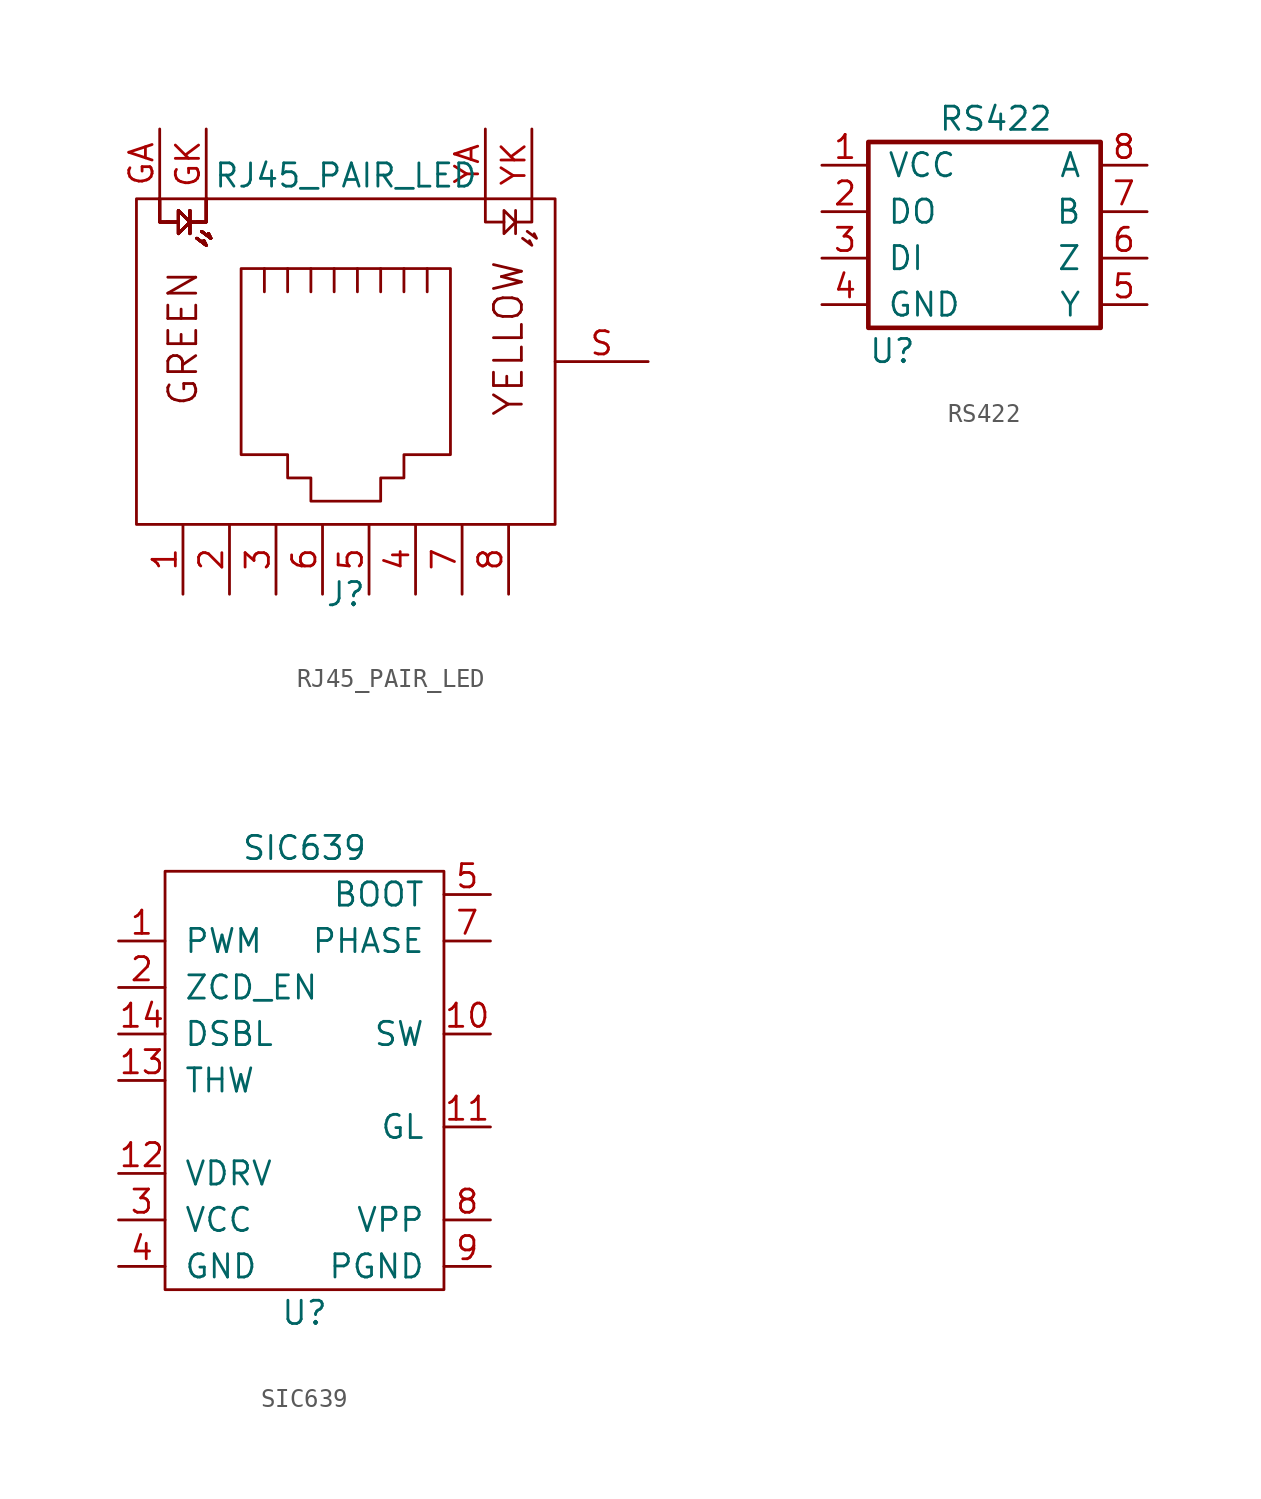
<source format=kicad_sym>
(kicad_symbol_lib
  (version 20211014)
  (generator kicad_symbol_editor)
  (symbol "RJ45_PAIR_LED"
    (pin_names
      (offset 1.016))
    (property "Reference" "J"
      (at 0 -12.7 0)
      (effects (font (size 1.27 1.27))))
    (property "Value" "RJ45_PAIR_LED"
      (at 0 10.16 0)
      (effects (font (size 1.27 1.27))))
    (symbol "RJ45_PAIR_LED_0_0"
      (text "GREEN" (at -8.89 1.27 900) (effects (font (size 1.524 1.524))))
      (text "YELLOW" (at 8.89 1.27 900) (effects (font (size 1.524 1.524)))))
    (symbol "RJ45_PAIR_LED_0_1"
      (rectangle (start -11.43 -8.89) (end 11.43 8.89) (stroke (width 0) (type default) (color 0 0 0 0)) (fill (type none)))
      (polyline (pts (xy 9.271 8.255) (xy 9.271 6.985)) (stroke (width 0) (type default) (color 0 0 0 0)) (fill (type none)))
      (polyline (pts (xy -10.16 8.89) (xy -10.16 7.62) (xy -9.652 7.62)) (stroke (width 0) (type default) (color 0 0 0 0)) (fill (type none)))
      (polyline (pts (xy -10.16 8.89) (xy -10.16 7.62) (xy -9.652 7.62)) (stroke (width 0) (type default) (color 0 0 0 0)) (fill (type none)))
      (polyline (pts (xy -10.16 8.89) (xy -10.16 7.62) (xy -9.652 7.62)) (stroke (width 0) (type default) (color 0 0 0 0)) (fill (type none)))
      (polyline (pts (xy -10.16 8.89) (xy -10.16 7.62) (xy -9.652 7.62)) (stroke (width 0) (type default) (color 0 0 0 0)) (fill (type none)))
      (polyline (pts (xy -10.16 8.89) (xy -10.16 7.62) (xy -9.652 7.62)) (stroke (width 0) (type default) (color 0 0 0 0)) (fill (type none)))
      (polyline (pts (xy -10.16 8.89) (xy -10.16 7.62) (xy -9.652 7.62)) (stroke (width 0) (type default) (color 0 0 0 0)) (fill (type none)))
      (polyline (pts (xy -10.16 8.89) (xy -10.16 7.62) (xy -9.652 7.62)) (stroke (width 0) (type default) (color 0 0 0 0)) (fill (type none)))
      (polyline (pts (xy -10.16 8.89) (xy -10.16 7.62) (xy -9.652 7.62)) (stroke (width 0) (type default) (color 0 0 0 0)) (fill (type none)))
      (polyline (pts (xy -8.128 6.731) (xy -7.62 6.35) (xy -7.747 6.604)) (stroke (width 0) (type default) (color 0 0 0 0)) (fill (type none)))
      (polyline (pts (xy -8.128 6.731) (xy -7.62 6.35) (xy -7.747 6.604)) (stroke (width 0) (type default) (color 0 0 0 0)) (fill (type none)))
      (polyline (pts (xy -8.128 6.731) (xy -7.62 6.35) (xy -7.747 6.604)) (stroke (width 0) (type default) (color 0 0 0 0)) (fill (type none)))
      (polyline (pts (xy -8.128 6.731) (xy -7.62 6.35) (xy -7.747 6.604)) (stroke (width 0) (type default) (color 0 0 0 0)) (fill (type none)))
      (polyline (pts (xy -8.128 6.731) (xy -7.62 6.35) (xy -7.747 6.604)) (stroke (width 0) (type default) (color 0 0 0 0)) (fill (type none)))
      (polyline (pts (xy -8.128 6.731) (xy -7.62 6.35) (xy -7.747 6.604)) (stroke (width 0) (type default) (color 0 0 0 0)) (fill (type none)))
      (polyline (pts (xy -8.128 6.731) (xy -7.62 6.35) (xy -7.747 6.604)) (stroke (width 0) (type default) (color 0 0 0 0)) (fill (type none)))
      (polyline (pts (xy -8.128 6.731) (xy -7.62 6.35) (xy -7.747 6.604)) (stroke (width 0) (type default) (color 0 0 0 0)) (fill (type none)))
      (polyline (pts (xy -8.128 6.731) (xy -7.62 6.35) (xy -7.747 6.604)) (stroke (width 0) (type default) (color 0 0 0 0)) (fill (type none)))
      (polyline (pts (xy -8.128 6.731) (xy -7.62 6.35) (xy -7.747 6.604)) (stroke (width 0) (type default) (color 0 0 0 0)) (fill (type none)))
      (polyline (pts (xy -8.128 6.731) (xy -7.62 6.35) (xy -7.747 6.604)) (stroke (width 0) (type default) (color 0 0 0 0)) (fill (type none)))
      (polyline (pts (xy -8.128 6.731) (xy -7.62 6.35) (xy -7.747 6.604)) (stroke (width 0) (type default) (color 0 0 0 0)) (fill (type none)))
      (polyline (pts (xy -8.128 6.731) (xy -7.62 6.35) (xy -7.747 6.604)) (stroke (width 0) (type default) (color 0 0 0 0)) (fill (type none)))
      (polyline (pts (xy -8.128 6.731) (xy -7.62 6.35) (xy -7.747 6.604)) (stroke (width 0) (type default) (color 0 0 0 0)) (fill (type none)))
      (polyline (pts (xy -8.128 6.731) (xy -7.62 6.35) (xy -7.747 6.604)) (stroke (width 0) (type default) (color 0 0 0 0)) (fill (type none)))
      (polyline (pts (xy -8.128 6.731) (xy -7.62 6.35) (xy -7.747 6.604)) (stroke (width 0) (type default) (color 0 0 0 0)) (fill (type none)))
      (polyline (pts (xy -7.874 7.112) (xy -7.366 6.731) (xy -7.493 6.985)) (stroke (width 0) (type default) (color 0 0 0 0)) (fill (type none)))
      (polyline (pts (xy -7.874 7.112) (xy -7.366 6.731) (xy -7.493 6.985)) (stroke (width 0) (type default) (color 0 0 0 0)) (fill (type none)))
      (polyline (pts (xy -7.874 7.112) (xy -7.366 6.731) (xy -7.493 6.985)) (stroke (width 0) (type default) (color 0 0 0 0)) (fill (type none)))
      (polyline (pts (xy -7.874 7.112) (xy -7.366 6.731) (xy -7.493 6.985)) (stroke (width 0) (type default) (color 0 0 0 0)) (fill (type none)))
      (polyline (pts (xy -7.874 7.112) (xy -7.366 6.731) (xy -7.493 6.985)) (stroke (width 0) (type default) (color 0 0 0 0)) (fill (type none)))
      (polyline (pts (xy -7.874 7.112) (xy -7.366 6.731) (xy -7.493 6.985)) (stroke (width 0) (type default) (color 0 0 0 0)) (fill (type none)))
      (polyline (pts (xy -7.874 7.112) (xy -7.366 6.731) (xy -7.493 6.985)) (stroke (width 0) (type default) (color 0 0 0 0)) (fill (type none)))
      (polyline (pts (xy -7.874 7.112) (xy -7.366 6.731) (xy -7.493 6.985)) (stroke (width 0) (type default) (color 0 0 0 0)) (fill (type none)))
      (polyline (pts (xy -7.874 7.112) (xy -7.366 6.731) (xy -7.493 6.985)) (stroke (width 0) (type default) (color 0 0 0 0)) (fill (type none)))
      (polyline (pts (xy -7.874 7.112) (xy -7.366 6.731) (xy -7.493 6.985)) (stroke (width 0) (type default) (color 0 0 0 0)) (fill (type none)))
      (polyline (pts (xy -7.874 7.112) (xy -7.366 6.731) (xy -7.493 6.985)) (stroke (width 0) (type default) (color 0 0 0 0)) (fill (type none)))
      (polyline (pts (xy -7.874 7.112) (xy -7.366 6.731) (xy -7.493 6.985)) (stroke (width 0) (type default) (color 0 0 0 0)) (fill (type none)))
      (polyline (pts (xy -7.874 7.112) (xy -7.366 6.731) (xy -7.493 6.985)) (stroke (width 0) (type default) (color 0 0 0 0)) (fill (type none)))
      (polyline (pts (xy -7.874 7.112) (xy -7.366 6.731) (xy -7.493 6.985)) (stroke (width 0) (type default) (color 0 0 0 0)) (fill (type none)))
      (polyline (pts (xy -7.874 7.112) (xy -7.366 6.731) (xy -7.493 6.985)) (stroke (width 0) (type default) (color 0 0 0 0)) (fill (type none)))
      (polyline (pts (xy -7.874 7.112) (xy -7.366 6.731) (xy -7.493 6.985)) (stroke (width 0) (type default) (color 0 0 0 0)) (fill (type none)))
      (polyline (pts (xy -7.62 8.89) (xy -7.62 7.62) (xy -8.128 7.62)) (stroke (width 0) (type default) (color 0 0 0 0)) (fill (type none)))
      (polyline (pts (xy -7.62 8.89) (xy -7.62 7.62) (xy -8.128 7.62)) (stroke (width 0) (type default) (color 0 0 0 0)) (fill (type none)))
      (polyline (pts (xy -7.62 8.89) (xy -7.62 7.62) (xy -8.128 7.62)) (stroke (width 0) (type default) (color 0 0 0 0)) (fill (type none)))
      (polyline (pts (xy -7.62 8.89) (xy -7.62 7.62) (xy -8.128 7.62)) (stroke (width 0) (type default) (color 0 0 0 0)) (fill (type none)))
      (polyline (pts (xy -7.62 8.89) (xy -7.62 7.62) (xy -8.128 7.62)) (stroke (width 0) (type default) (color 0 0 0 0)) (fill (type none)))
      (polyline (pts (xy -7.62 8.89) (xy -7.62 7.62) (xy -8.128 7.62)) (stroke (width 0) (type default) (color 0 0 0 0)) (fill (type none)))
      (polyline (pts (xy -7.62 8.89) (xy -7.62 7.62) (xy -8.128 7.62)) (stroke (width 0) (type default) (color 0 0 0 0)) (fill (type none)))
      (polyline (pts (xy -7.62 8.89) (xy -7.62 7.62) (xy -8.128 7.62)) (stroke (width 0) (type default) (color 0 0 0 0)) (fill (type none)))
      (polyline (pts (xy -4.445 3.81) (xy -4.445 5.08) (xy -4.445 5.08)) (stroke (width 0) (type default) (color 0 0 0 0)) (fill (type none)))
      (polyline (pts (xy -3.175 5.08) (xy -3.175 3.81) (xy -3.175 3.81)) (stroke (width 0) (type default) (color 0 0 0 0)) (fill (type none)))
      (polyline (pts (xy -1.905 5.08) (xy -1.905 3.81) (xy -1.905 3.81)) (stroke (width 0) (type default) (color 0 0 0 0)) (fill (type none)))
      (polyline (pts (xy -0.635 5.08) (xy -0.635 3.81) (xy -0.635 3.81)) (stroke (width 0) (type default) (color 0 0 0 0)) (fill (type none)))
      (polyline (pts (xy 0.635 5.08) (xy 0.635 3.81) (xy 0.635 3.81)) (stroke (width 0) (type default) (color 0 0 0 0)) (fill (type none)))
      (polyline (pts (xy 1.905 5.08) (xy 1.905 3.81) (xy 1.905 3.81)) (stroke (width 0) (type default) (color 0 0 0 0)) (fill (type none)))
      (polyline (pts (xy 3.175 3.81) (xy 3.175 5.08) (xy 3.175 5.08)) (stroke (width 0) (type default) (color 0 0 0 0)) (fill (type none)))
      (polyline (pts (xy 4.445 3.81) (xy 4.445 5.08) (xy 4.445 5.08)) (stroke (width 0) (type default) (color 0 0 0 0)) (fill (type none)))
      (polyline (pts (xy 7.62 8.89) (xy 7.62 7.62) (xy 8.636 7.62)) (stroke (width 0) (type default) (color 0 0 0 0)) (fill (type none)))
      (polyline (pts (xy 9.271 7.62) (xy 10.16 7.62) (xy 10.16 8.89)) (stroke (width 0) (type default) (color 0 0 0 0)) (fill (type none)))
      (polyline (pts (xy 9.652 6.731) (xy 10.16 6.35) (xy 10.033 6.604)) (stroke (width 0) (type default) (color 0 0 0 0)) (fill (type none)))
      (polyline (pts (xy 9.906 7.112) (xy 10.414 6.731) (xy 10.287 6.985)) (stroke (width 0) (type default) (color 0 0 0 0)) (fill (type none)))
      (polyline (pts (xy -8.509 8.255) (xy -8.509 6.985) (xy -8.509 7.62) (xy -7.874 7.62)) (stroke (width 0) (type default) (color 0 0 0 0)) (fill (type none)))
      (polyline (pts (xy -8.509 8.255) (xy -8.509 6.985) (xy -8.509 7.62) (xy -7.874 7.62)) (stroke (width 0) (type default) (color 0 0 0 0)) (fill (type none)))
      (polyline (pts (xy -8.509 8.255) (xy -8.509 6.985) (xy -8.509 7.62) (xy -7.874 7.62)) (stroke (width 0) (type default) (color 0 0 0 0)) (fill (type none)))
      (polyline (pts (xy -8.509 8.255) (xy -8.509 6.985) (xy -8.509 7.62) (xy -7.874 7.62)) (stroke (width 0) (type default) (color 0 0 0 0)) (fill (type none)))
      (polyline (pts (xy -8.509 8.255) (xy -8.509 6.985) (xy -8.509 7.62) (xy -7.874 7.62)) (stroke (width 0) (type default) (color 0 0 0 0)) (fill (type none)))
      (polyline (pts (xy -8.509 8.255) (xy -8.509 6.985) (xy -8.509 7.62) (xy -7.874 7.62)) (stroke (width 0) (type default) (color 0 0 0 0)) (fill (type none)))
      (polyline (pts (xy -8.509 8.255) (xy -8.509 6.985) (xy -8.509 7.62) (xy -7.874 7.62)) (stroke (width 0) (type default) (color 0 0 0 0)) (fill (type none)))
      (polyline (pts (xy -8.509 8.255) (xy -8.509 6.985) (xy -8.509 7.62) (xy -7.874 7.62)) (stroke (width 0) (type default) (color 0 0 0 0)) (fill (type none)))
      (polyline (pts (xy 8.636 7.62) (xy 8.636 8.255) (xy 9.271 7.62) (xy 8.636 6.985) (xy 8.636 7.62)) (stroke (width 0) (type default) (color 0 0 0 0)) (fill (type none)))
      (polyline (pts (xy -9.779 7.62) (xy -9.144 7.62) (xy -9.144 8.255) (xy -8.509 7.62) (xy -9.144 6.985) (xy -9.144 7.62)) (stroke (width 0) (type default) (color 0 0 0 0)) (fill (type none)))
      (polyline (pts (xy -9.779 7.62) (xy -9.144 7.62) (xy -9.144 8.255) (xy -8.509 7.62) (xy -9.144 6.985) (xy -9.144 7.62)) (stroke (width 0) (type default) (color 0 0 0 0)) (fill (type none)))
      (polyline (pts (xy -9.779 7.62) (xy -9.144 7.62) (xy -9.144 8.255) (xy -8.509 7.62) (xy -9.144 6.985) (xy -9.144 7.62)) (stroke (width 0) (type default) (color 0 0 0 0)) (fill (type none)))
      (polyline (pts (xy -9.779 7.62) (xy -9.144 7.62) (xy -9.144 8.255) (xy -8.509 7.62) (xy -9.144 6.985) (xy -9.144 7.62)) (stroke (width 0) (type default) (color 0 0 0 0)) (fill (type none)))
      (polyline (pts (xy -9.779 7.62) (xy -9.144 7.62) (xy -9.144 8.255) (xy -8.509 7.62) (xy -9.144 6.985) (xy -9.144 7.62)) (stroke (width 0) (type default) (color 0 0 0 0)) (fill (type none)))
      (polyline (pts (xy -9.779 7.62) (xy -9.144 7.62) (xy -9.144 8.255) (xy -8.509 7.62) (xy -9.144 6.985) (xy -9.144 7.62)) (stroke (width 0) (type default) (color 0 0 0 0)) (fill (type none)))
      (polyline (pts (xy -9.779 7.62) (xy -9.144 7.62) (xy -9.144 8.255) (xy -8.509 7.62) (xy -9.144 6.985) (xy -9.144 7.62)) (stroke (width 0) (type default) (color 0 0 0 0)) (fill (type none)))
      (polyline (pts (xy -9.779 7.62) (xy -9.144 7.62) (xy -9.144 8.255) (xy -8.509 7.62) (xy -9.144 6.985) (xy -9.144 7.62)) (stroke (width 0) (type default) (color 0 0 0 0)) (fill (type none)))
      (polyline (pts (xy -5.715 5.08) (xy 5.715 5.08) (xy 5.715 -5.08) (xy 3.175 -5.08) (xy 3.175 -6.35) (xy 1.905 -6.35) (xy 1.905 -7.62) (xy -1.905 -7.62) (xy -1.905 -6.35) (xy -3.175 -6.35) (xy -3.175 -5.08) (xy -5.715 -5.08) (xy -5.715 5.08) (xy -5.715 5.08)) (stroke (width 0) (type default) (color 0 0 0 0)) (fill (type none))))
    (symbol "RJ45_PAIR_LED_1_1"
      (pin passive line (at -8.89 -12.7 90) (length 3.81) (name "~" (effects (font (size 1.27 1.27)))) (number "1" (effects (font (size 1.27 1.27)))))
      (pin passive line (at -6.35 -12.7 90) (length 3.81) (name "~" (effects (font (size 1.27 1.27)))) (number "2" (effects (font (size 1.27 1.27)))))
      (pin passive line (at -3.81 -12.7 90) (length 3.81) (name "~" (effects (font (size 1.27 1.27)))) (number "3" (effects (font (size 1.27 1.27)))))
      (pin passive line (at 3.81 -12.7 90) (length 3.81) (name "~" (effects (font (size 1.27 1.27)))) (number "4" (effects (font (size 1.27 1.27)))))
      (pin passive line (at 1.27 -12.7 90) (length 3.81) (name "~" (effects (font (size 1.27 1.27)))) (number "5" (effects (font (size 1.27 1.27)))))
      (pin passive line (at -1.27 -12.7 90) (length 3.81) (name "~" (effects (font (size 1.27 1.27)))) (number "6" (effects (font (size 1.27 1.27)))))
      (pin passive line (at 6.35 -12.7 90) (length 3.81) (name "~" (effects (font (size 1.27 1.27)))) (number "7" (effects (font (size 1.27 1.27)))))
      (pin passive line (at 8.89 -12.7 90) (length 3.81) (name "~" (effects (font (size 1.27 1.27)))) (number "8" (effects (font (size 1.27 1.27)))))
      (pin passive line (at -10.16 12.7 270) (length 3.81) (name "~" (effects (font (size 1.27 1.27)))) (number "GA" (effects (font (size 1.27 1.27)))))
      (pin passive line (at -7.62 12.7 270) (length 3.81) (name "~" (effects (font (size 1.27 1.27)))) (number "GK" (effects (font (size 1.27 1.27)))))
      (pin passive line (at 16.51 0 180) (length 5.08) (name "~" (effects (font (size 1.27 1.27)))) (number "S" (effects (font (size 1.27 1.27)))))
      (pin passive line (at 7.62 12.7 270) (length 3.81) (name "" (effects (font (size 1.27 1.27)))) (number "YA" (effects (font (size 1.27 1.27)))))
      (pin passive line (at 10.16 12.7 270) (length 3.81) (name "~" (effects (font (size 1.27 1.27)))) (number "YK" (effects (font (size 1.27 1.27)))))))
  (symbol "RS422"
    (pin_names
      (offset 1.016))
    (property "Reference" "U"
      (at -6.35 -6.35 0)
      (effects (font (size 1.27 1.27)) (justify left)))
    (property "Value" "RS422"
      (at -2.54 6.35 0)
      (effects (font (size 1.27 1.27)) (justify left)))
    (symbol "RS422_0_1"
      (rectangle (start -6.35 5.08) (end 6.35 -5.08) (stroke (width 0.254) (type default) (color 0 0 0 0)) (fill (type none))))
    (symbol "RS422_1_1"
      (pin power_in line (at -8.89 3.81 0) (length 2.54) (name "VCC" (effects (font (size 1.27 1.27)))) (number "1" (effects (font (size 1.27 1.27)))))
      (pin output line (at -8.89 1.27 0) (length 2.54) (name "DO" (effects (font (size 1.27 1.27)))) (number "2" (effects (font (size 1.27 1.27)))))
      (pin input line (at -8.89 -1.27 0) (length 2.54) (name "DI" (effects (font (size 1.27 1.27)))) (number "3" (effects (font (size 1.27 1.27)))))
      (pin power_in line (at -8.89 -3.81 0) (length 2.54) (name "GND" (effects (font (size 1.27 1.27)))) (number "4" (effects (font (size 1.27 1.27)))))
      (pin output line (at 8.89 -3.81 180) (length 2.54) (name "Y" (effects (font (size 1.27 1.27)))) (number "5" (effects (font (size 1.27 1.27)))))
      (pin output line (at 8.89 -1.27 180) (length 2.54) (name "Z" (effects (font (size 1.27 1.27)))) (number "6" (effects (font (size 1.27 1.27)))))
      (pin input line (at 8.89 1.27 180) (length 2.54) (name "B" (effects (font (size 1.27 1.27)))) (number "7" (effects (font (size 1.27 1.27)))))
      (pin input line (at 8.89 3.81 180) (length 2.54) (name "A" (effects (font (size 1.27 1.27)))) (number "8" (effects (font (size 1.27 1.27)))))))
  (symbol "SIC639"
    (pin_names
      (offset 1.016))
    (property "Reference" "U"
      (at 0 -12.7 0)
      (effects (font (size 1.27 1.27))))
    (property "Value" "SIC639"
      (at 0 12.7 0)
      (effects (font (size 1.27 1.27))))
    (symbol "SIC639_0_1"
      (rectangle (start -7.62 11.43) (end 7.62 -11.43) (stroke (width 0) (type default) (color 0 0 0 0)) (fill (type none))))
    (symbol "SIC639_1_1"
      (pin input line (at -10.16 7.62 0) (length 2.54) (name "PWM" (effects (font (size 1.27 1.27)))) (number "1" (effects (font (size 1.27 1.27)))))
      (pin power_out line (at 10.16 2.54 180) (length 2.54) (name "SW" (effects (font (size 1.27 1.27)))) (number "10" (effects (font (size 1.27 1.27)))))
      (pin output line (at 10.16 -2.54 180) (length 2.54) (name "GL" (effects (font (size 1.27 1.27)))) (number "11" (effects (font (size 1.27 1.27)))))
      (pin power_in line (at -10.16 -5.08 0) (length 2.54) (name "VDRV" (effects (font (size 1.27 1.27)))) (number "12" (effects (font (size 1.27 1.27)))))
      (pin open_collector line (at -10.16 0 0) (length 2.54) (name "THW" (effects (font (size 1.27 1.27)))) (number "13" (effects (font (size 1.27 1.27)))))
      (pin input line (at -10.16 2.54 0) (length 2.54) (name "DSBL" (effects (font (size 1.27 1.27)))) (number "14" (effects (font (size 1.27 1.27)))))
      (pin input line (at -10.16 5.08 0) (length 2.54) (name "ZCD_EN" (effects (font (size 1.27 1.27)))) (number "2" (effects (font (size 1.27 1.27)))))
      (pin power_in line (at -10.16 -7.62 0) (length 2.54) (name "VCC" (effects (font (size 1.27 1.27)))) (number "3" (effects (font (size 1.27 1.27)))))
      (pin power_in line (at -10.16 -10.16 0) (length 2.54) (name "GND" (effects (font (size 1.27 1.27)))) (number "4" (effects (font (size 1.27 1.27)))))
      (pin power_in line (at 10.16 10.16 180) (length 2.54) (name "BOOT" (effects (font (size 1.27 1.27)))) (number "5" (effects (font (size 1.27 1.27)))))
      (pin no_connect line (at -10.16 10.16 0) (length 2.54) hide (name "NC" (effects (font (size 1.27 1.27)))) (number "6" (effects (font (size 1.27 1.27)))))
      (pin power_out line (at 10.16 7.62 180) (length 2.54) (name "PHASE" (effects (font (size 1.27 1.27)))) (number "7" (effects (font (size 1.27 1.27)))))
      (pin power_out line (at 10.16 -7.62 180) (length 2.54) (name "VPP" (effects (font (size 1.27 1.27)))) (number "8" (effects (font (size 1.27 1.27)))))
      (pin power_out line (at 10.16 -10.16 180) (length 2.54) (name "PGND" (effects (font (size 1.27 1.27)))) (number "9" (effects (font (size 1.27 1.27))))))))
</source>
